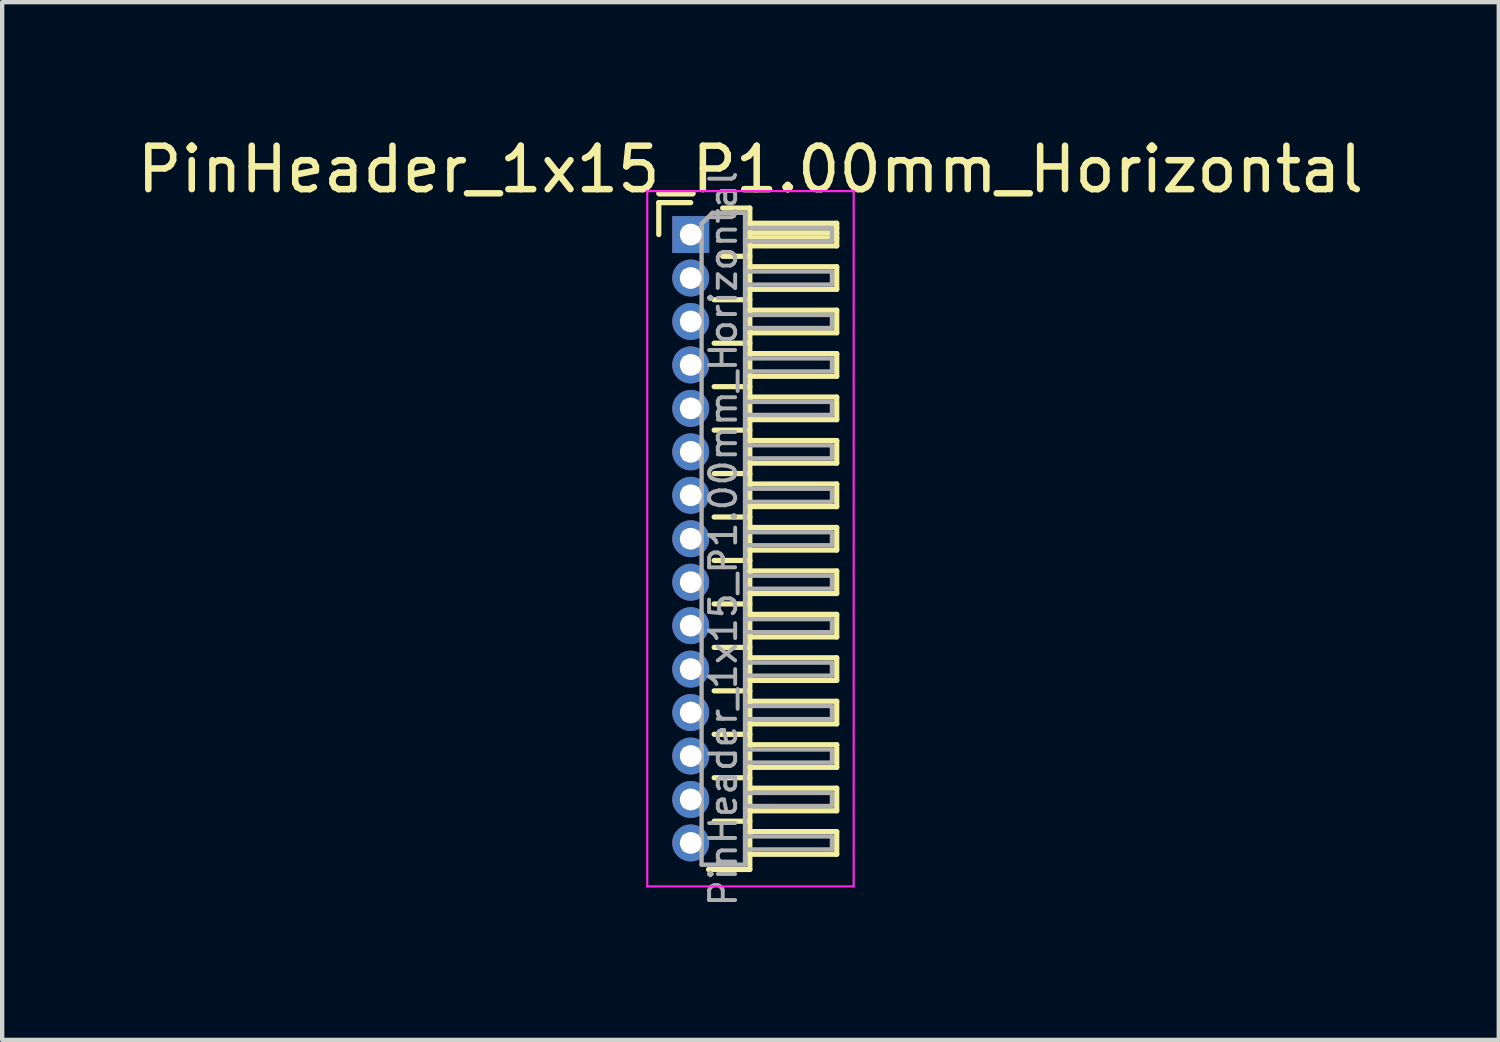
<source format=kicad_pcb>
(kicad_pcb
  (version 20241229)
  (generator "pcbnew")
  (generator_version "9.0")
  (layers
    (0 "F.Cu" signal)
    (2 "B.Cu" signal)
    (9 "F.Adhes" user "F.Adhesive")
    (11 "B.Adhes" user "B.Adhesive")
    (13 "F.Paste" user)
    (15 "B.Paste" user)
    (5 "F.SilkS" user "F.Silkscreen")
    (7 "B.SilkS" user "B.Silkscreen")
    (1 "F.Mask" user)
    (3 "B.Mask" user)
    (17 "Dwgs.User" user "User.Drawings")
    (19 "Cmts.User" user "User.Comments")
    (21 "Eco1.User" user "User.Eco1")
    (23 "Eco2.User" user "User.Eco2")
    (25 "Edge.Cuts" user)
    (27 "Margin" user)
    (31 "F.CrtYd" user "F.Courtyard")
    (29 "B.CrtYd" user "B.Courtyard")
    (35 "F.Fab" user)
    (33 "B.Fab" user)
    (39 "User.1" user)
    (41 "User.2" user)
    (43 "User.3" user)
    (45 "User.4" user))
  (footprint "PinHeader_1x15_P1.00mm_Horizontal"
    (layer "F.Cu")
    (at 12.845 2.348)
    (property "Reference" "PinHeader_1x15_P1.00mm_Horizontal" (at 1.375 -1.5 0) (layer "F.SilkS") (effects (font (size 1 1) (thickness 0.15))))
    (attr through_hole)
    (fp_line (start -0.735 -0.735) (end 0 -0.735) (stroke (width 0.12) (type solid)) (layer "F.SilkS"))
    (fp_line (start -0.735 0) (end -0.735 -0.735) (stroke (width 0.12) (type solid)) (layer "F.SilkS"))
    (fp_line (start 0.539 1.5) (end 1.36 1.5) (stroke (width 0.12) (type solid)) (layer "F.SilkS"))
    (fp_line (start 0.539 2.5) (end 1.36 2.5) (stroke (width 0.12) (type solid)) (layer "F.SilkS"))
    (fp_line (start 0.539 3.5) (end 1.36 3.5) (stroke (width 0.12) (type solid)) (layer "F.SilkS"))
    (fp_line (start 0.539 4.5) (end 1.36 4.5) (stroke (width 0.12) (type solid)) (layer "F.SilkS"))
    (fp_line (start 0.539 5.5) (end 1.36 5.5) (stroke (width 0.12) (type solid)) (layer "F.SilkS"))
    (fp_line (start 0.539 6.5) (end 1.36 6.5) (stroke (width 0.12) (type solid)) (layer "F.SilkS"))
    (fp_line (start 0.539 7.5) (end 1.36 7.5) (stroke (width 0.12) (type solid)) (layer "F.SilkS"))
    (fp_line (start 0.539 8.5) (end 1.36 8.5) (stroke (width 0.12) (type solid)) (layer "F.SilkS"))
    (fp_line (start 0.539 9.5) (end 1.36 9.5) (stroke (width 0.12) (type solid)) (layer "F.SilkS"))
    (fp_line (start 0.539 10.5) (end 1.36 10.5) (stroke (width 0.12) (type solid)) (layer "F.SilkS"))
    (fp_line (start 0.539 11.5) (end 1.36 11.5) (stroke (width 0.12) (type solid)) (layer "F.SilkS"))
    (fp_line (start 0.539 12.5) (end 1.36 12.5) (stroke (width 0.12) (type solid)) (layer "F.SilkS"))
    (fp_line (start 0.539 13.5) (end 1.36 13.5) (stroke (width 0.12) (type solid)) (layer "F.SilkS"))
    (fp_line (start 0.735 -0.61) (end 1.36 -0.61) (stroke (width 0.12) (type solid)) (layer "F.SilkS"))
    (fp_line (start 0.735 0.5) (end 1.36 0.5) (stroke (width 0.12) (type solid)) (layer "F.SilkS"))
    (fp_line (start 1.36 -0.61) (end 1.36 14.61) (stroke (width 0.12) (type solid)) (layer "F.SilkS"))
    (fp_line (start 1.36 -0.26) (end 3.36 -0.26) (stroke (width 0.12) (type solid)) (layer "F.SilkS"))
    (fp_line (start 1.36 -0.15) (end 3.36 -0.15) (stroke (width 0.12) (type solid)) (layer "F.SilkS"))
    (fp_line (start 1.36 -0.03) (end 3.36 -0.03) (stroke (width 0.12) (type solid)) (layer "F.SilkS"))
    (fp_line (start 1.36 0.09) (end 3.36 0.09) (stroke (width 0.12) (type solid)) (layer "F.SilkS"))
    (fp_line (start 1.36 0.74) (end 3.36 0.74) (stroke (width 0.12) (type solid)) (layer "F.SilkS"))
    (fp_line (start 1.36 1.74) (end 3.36 1.74) (stroke (width 0.12) (type solid)) (layer "F.SilkS"))
    (fp_line (start 1.36 2.74) (end 3.36 2.74) (stroke (width 0.12) (type solid)) (layer "F.SilkS"))
    (fp_line (start 1.36 3.74) (end 3.36 3.74) (stroke (width 0.12) (type solid)) (layer "F.SilkS"))
    (fp_line (start 1.36 4.74) (end 3.36 4.74) (stroke (width 0.12) (type solid)) (layer "F.SilkS"))
    (fp_line (start 1.36 5.74) (end 3.36 5.74) (stroke (width 0.12) (type solid)) (layer "F.SilkS"))
    (fp_line (start 1.36 6.74) (end 3.36 6.74) (stroke (width 0.12) (type solid)) (layer "F.SilkS"))
    (fp_line (start 1.36 7.74) (end 3.36 7.74) (stroke (width 0.12) (type solid)) (layer "F.SilkS"))
    (fp_line (start 1.36 8.74) (end 3.36 8.74) (stroke (width 0.12) (type solid)) (layer "F.SilkS"))
    (fp_line (start 1.36 9.74) (end 3.36 9.74) (stroke (width 0.12) (type solid)) (layer "F.SilkS"))
    (fp_line (start 1.36 10.74) (end 3.36 10.74) (stroke (width 0.12) (type solid)) (layer "F.SilkS"))
    (fp_line (start 1.36 11.74) (end 3.36 11.74) (stroke (width 0.12) (type solid)) (layer "F.SilkS"))
    (fp_line (start 1.36 12.74) (end 3.36 12.74) (stroke (width 0.12) (type solid)) (layer "F.SilkS"))
    (fp_line (start 1.36 13.74) (end 3.36 13.74) (stroke (width 0.12) (type solid)) (layer "F.SilkS"))
    (fp_line (start 1.36 14.61) (end 0.41 14.61) (stroke (width 0.12) (type solid)) (layer "F.SilkS"))
    (fp_line (start 3.36 -0.26) (end 3.36 0.26) (stroke (width 0.12) (type solid)) (layer "F.SilkS"))
    (fp_line (start 3.36 0.26) (end 1.36 0.26) (stroke (width 0.12) (type solid)) (layer "F.SilkS"))
    (fp_line (start 3.36 0.74) (end 3.36 1.26) (stroke (width 0.12) (type solid)) (layer "F.SilkS"))
    (fp_line (start 3.36 1.26) (end 1.36 1.26) (stroke (width 0.12) (type solid)) (layer "F.SilkS"))
    (fp_line (start 3.36 1.74) (end 3.36 2.26) (stroke (width 0.12) (type solid)) (layer "F.SilkS"))
    (fp_line (start 3.36 2.26) (end 1.36 2.26) (stroke (width 0.12) (type solid)) (layer "F.SilkS"))
    (fp_line (start 3.36 2.74) (end 3.36 3.26) (stroke (width 0.12) (type solid)) (layer "F.SilkS"))
    (fp_line (start 3.36 3.26) (end 1.36 3.26) (stroke (width 0.12) (type solid)) (layer "F.SilkS"))
    (fp_line (start 3.36 3.74) (end 3.36 4.26) (stroke (width 0.12) (type solid)) (layer "F.SilkS"))
    (fp_line (start 3.36 4.26) (end 1.36 4.26) (stroke (width 0.12) (type solid)) (layer "F.SilkS"))
    (fp_line (start 3.36 4.74) (end 3.36 5.26) (stroke (width 0.12) (type solid)) (layer "F.SilkS"))
    (fp_line (start 3.36 5.26) (end 1.36 5.26) (stroke (width 0.12) (type solid)) (layer "F.SilkS"))
    (fp_line (start 3.36 5.74) (end 3.36 6.26) (stroke (width 0.12) (type solid)) (layer "F.SilkS"))
    (fp_line (start 3.36 6.26) (end 1.36 6.26) (stroke (width 0.12) (type solid)) (layer "F.SilkS"))
    (fp_line (start 3.36 6.74) (end 3.36 7.26) (stroke (width 0.12) (type solid)) (layer "F.SilkS"))
    (fp_line (start 3.36 7.26) (end 1.36 7.26) (stroke (width 0.12) (type solid)) (layer "F.SilkS"))
    (fp_line (start 3.36 7.74) (end 3.36 8.26) (stroke (width 0.12) (type solid)) (layer "F.SilkS"))
    (fp_line (start 3.36 8.26) (end 1.36 8.26) (stroke (width 0.12) (type solid)) (layer "F.SilkS"))
    (fp_line (start 3.36 8.74) (end 3.36 9.26) (stroke (width 0.12) (type solid)) (layer "F.SilkS"))
    (fp_line (start 3.36 9.26) (end 1.36 9.26) (stroke (width 0.12) (type solid)) (layer "F.SilkS"))
    (fp_line (start 3.36 9.74) (end 3.36 10.26) (stroke (width 0.12) (type solid)) (layer "F.SilkS"))
    (fp_line (start 3.36 10.26) (end 1.36 10.26) (stroke (width 0.12) (type solid)) (layer "F.SilkS"))
    (fp_line (start 3.36 10.74) (end 3.36 11.26) (stroke (width 0.12) (type solid)) (layer "F.SilkS"))
    (fp_line (start 3.36 11.26) (end 1.36 11.26) (stroke (width 0.12) (type solid)) (layer "F.SilkS"))
    (fp_line (start 3.36 11.74) (end 3.36 12.26) (stroke (width 0.12) (type solid)) (layer "F.SilkS"))
    (fp_line (start 3.36 12.26) (end 1.36 12.26) (stroke (width 0.12) (type solid)) (layer "F.SilkS"))
    (fp_line (start 3.36 12.74) (end 3.36 13.26) (stroke (width 0.12) (type solid)) (layer "F.SilkS"))
    (fp_line (start 3.36 13.26) (end 1.36 13.26) (stroke (width 0.12) (type solid)) (layer "F.SilkS"))
    (fp_line (start 3.36 13.74) (end 3.36 14.26) (stroke (width 0.12) (type solid)) (layer "F.SilkS"))
    (fp_line (start 3.36 14.26) (end 1.36 14.26) (stroke (width 0.12) (type solid)) (layer "F.SilkS"))
    (fp_line (start -1 -1) (end -1 15) (stroke (width 0.05) (type solid)) (layer "F.CrtYd"))
    (fp_line (start -1 15) (end 3.75 15) (stroke (width 0.05) (type solid)) (layer "F.CrtYd"))
    (fp_line (start 3.75 -1) (end -1 -1) (stroke (width 0.05) (type solid)) (layer "F.CrtYd"))
    (fp_line (start 3.75 15) (end 3.75 -1) (stroke (width 0.05) (type solid)) (layer "F.CrtYd"))
    (fp_line (start -0.15 -0.15) (end -0.15 0.15) (stroke (width 0.1) (type solid)) (layer "F.Fab"))
    (fp_line (start -0.15 -0.15) (end 0.25 -0.15) (stroke (width 0.1) (type solid)) (layer "F.Fab"))
    (fp_line (start -0.15 0.15) (end 0.25 0.15) (stroke (width 0.1) (type solid)) (layer "F.Fab"))
    (fp_line (start -0.15 0.85) (end -0.15 1.15) (stroke (width 0.1) (type solid)) (layer "F.Fab"))
    (fp_line (start -0.15 0.85) (end 0.25 0.85) (stroke (width 0.1) (type solid)) (layer "F.Fab"))
    (fp_line (start -0.15 1.15) (end 0.25 1.15) (stroke (width 0.1) (type solid)) (layer "F.Fab"))
    (fp_line (start -0.15 1.85) (end -0.15 2.15) (stroke (width 0.1) (type solid)) (layer "F.Fab"))
    (fp_line (start -0.15 1.85) (end 0.25 1.85) (stroke (width 0.1) (type solid)) (layer "F.Fab"))
    (fp_line (start -0.15 2.15) (end 0.25 2.15) (stroke (width 0.1) (type solid)) (layer "F.Fab"))
    (fp_line (start -0.15 2.85) (end -0.15 3.15) (stroke (width 0.1) (type solid)) (layer "F.Fab"))
    (fp_line (start -0.15 2.85) (end 0.25 2.85) (stroke (width 0.1) (type solid)) (layer "F.Fab"))
    (fp_line (start -0.15 3.15) (end 0.25 3.15) (stroke (width 0.1) (type solid)) (layer "F.Fab"))
    (fp_line (start -0.15 3.85) (end -0.15 4.15) (stroke (width 0.1) (type solid)) (layer "F.Fab"))
    (fp_line (start -0.15 3.85) (end 0.25 3.85) (stroke (width 0.1) (type solid)) (layer "F.Fab"))
    (fp_line (start -0.15 4.15) (end 0.25 4.15) (stroke (width 0.1) (type solid)) (layer "F.Fab"))
    (fp_line (start -0.15 4.85) (end -0.15 5.15) (stroke (width 0.1) (type solid)) (layer "F.Fab"))
    (fp_line (start -0.15 4.85) (end 0.25 4.85) (stroke (width 0.1) (type solid)) (layer "F.Fab"))
    (fp_line (start -0.15 5.15) (end 0.25 5.15) (stroke (width 0.1) (type solid)) (layer "F.Fab"))
    (fp_line (start -0.15 5.85) (end -0.15 6.15) (stroke (width 0.1) (type solid)) (layer "F.Fab"))
    (fp_line (start -0.15 5.85) (end 0.25 5.85) (stroke (width 0.1) (type solid)) (layer "F.Fab"))
    (fp_line (start -0.15 6.15) (end 0.25 6.15) (stroke (width 0.1) (type solid)) (layer "F.Fab"))
    (fp_line (start -0.15 6.85) (end -0.15 7.15) (stroke (width 0.1) (type solid)) (layer "F.Fab"))
    (fp_line (start -0.15 6.85) (end 0.25 6.85) (stroke (width 0.1) (type solid)) (layer "F.Fab"))
    (fp_line (start -0.15 7.15) (end 0.25 7.15) (stroke (width 0.1) (type solid)) (layer "F.Fab"))
    (fp_line (start -0.15 7.85) (end -0.15 8.15) (stroke (width 0.1) (type solid)) (layer "F.Fab"))
    (fp_line (start -0.15 7.85) (end 0.25 7.85) (stroke (width 0.1) (type solid)) (layer "F.Fab"))
    (fp_line (start -0.15 8.15) (end 0.25 8.15) (stroke (width 0.1) (type solid)) (layer "F.Fab"))
    (fp_line (start -0.15 8.85) (end -0.15 9.15) (stroke (width 0.1) (type solid)) (layer "F.Fab"))
    (fp_line (start -0.15 8.85) (end 0.25 8.85) (stroke (width 0.1) (type solid)) (layer "F.Fab"))
    (fp_line (start -0.15 9.15) (end 0.25 9.15) (stroke (width 0.1) (type solid)) (layer "F.Fab"))
    (fp_line (start -0.15 9.85) (end -0.15 10.15) (stroke (width 0.1) (type solid)) (layer "F.Fab"))
    (fp_line (start -0.15 9.85) (end 0.25 9.85) (stroke (width 0.1) (type solid)) (layer "F.Fab"))
    (fp_line (start -0.15 10.15) (end 0.25 10.15) (stroke (width 0.1) (type solid)) (layer "F.Fab"))
    (fp_line (start -0.15 10.85) (end -0.15 11.15) (stroke (width 0.1) (type solid)) (layer "F.Fab"))
    (fp_line (start -0.15 10.85) (end 0.25 10.85) (stroke (width 0.1) (type solid)) (layer "F.Fab"))
    (fp_line (start -0.15 11.15) (end 0.25 11.15) (stroke (width 0.1) (type solid)) (layer "F.Fab"))
    (fp_line (start -0.15 11.85) (end -0.15 12.15) (stroke (width 0.1) (type solid)) (layer "F.Fab"))
    (fp_line (start -0.15 11.85) (end 0.25 11.85) (stroke (width 0.1) (type solid)) (layer "F.Fab"))
    (fp_line (start -0.15 12.15) (end 0.25 12.15) (stroke (width 0.1) (type solid)) (layer "F.Fab"))
    (fp_line (start -0.15 12.85) (end -0.15 13.15) (stroke (width 0.1) (type solid)) (layer "F.Fab"))
    (fp_line (start -0.15 12.85) (end 0.25 12.85) (stroke (width 0.1) (type solid)) (layer "F.Fab"))
    (fp_line (start -0.15 13.15) (end 0.25 13.15) (stroke (width 0.1) (type solid)) (layer "F.Fab"))
    (fp_line (start -0.15 13.85) (end -0.15 14.15) (stroke (width 0.1) (type solid)) (layer "F.Fab"))
    (fp_line (start -0.15 13.85) (end 0.25 13.85) (stroke (width 0.1) (type solid)) (layer "F.Fab"))
    (fp_line (start -0.15 14.15) (end 0.25 14.15) (stroke (width 0.1) (type solid)) (layer "F.Fab"))
    (fp_line (start 0.25 -0.25) (end 0.5 -0.5) (stroke (width 0.1) (type solid)) (layer "F.Fab"))
    (fp_line (start 0.25 14.5) (end 0.25 -0.25) (stroke (width 0.1) (type solid)) (layer "F.Fab"))
    (fp_line (start 0.5 -0.5) (end 1.25 -0.5) (stroke (width 0.1) (type solid)) (layer "F.Fab"))
    (fp_line (start 1.25 -0.5) (end 1.25 14.5) (stroke (width 0.1) (type solid)) (layer "F.Fab"))
    (fp_line (start 1.25 -0.15) (end 3.25 -0.15) (stroke (width 0.1) (type solid)) (layer "F.Fab"))
    (fp_line (start 1.25 0.15) (end 3.25 0.15) (stroke (width 0.1) (type solid)) (layer "F.Fab"))
    (fp_line (start 1.25 0.85) (end 3.25 0.85) (stroke (width 0.1) (type solid)) (layer "F.Fab"))
    (fp_line (start 1.25 1.15) (end 3.25 1.15) (stroke (width 0.1) (type solid)) (layer "F.Fab"))
    (fp_line (start 1.25 1.85) (end 3.25 1.85) (stroke (width 0.1) (type solid)) (layer "F.Fab"))
    (fp_line (start 1.25 2.15) (end 3.25 2.15) (stroke (width 0.1) (type solid)) (layer "F.Fab"))
    (fp_line (start 1.25 2.85) (end 3.25 2.85) (stroke (width 0.1) (type solid)) (layer "F.Fab"))
    (fp_line (start 1.25 3.15) (end 3.25 3.15) (stroke (width 0.1) (type solid)) (layer "F.Fab"))
    (fp_line (start 1.25 3.85) (end 3.25 3.85) (stroke (width 0.1) (type solid)) (layer "F.Fab"))
    (fp_line (start 1.25 4.15) (end 3.25 4.15) (stroke (width 0.1) (type solid)) (layer "F.Fab"))
    (fp_line (start 1.25 4.85) (end 3.25 4.85) (stroke (width 0.1) (type solid)) (layer "F.Fab"))
    (fp_line (start 1.25 5.15) (end 3.25 5.15) (stroke (width 0.1) (type solid)) (layer "F.Fab"))
    (fp_line (start 1.25 5.85) (end 3.25 5.85) (stroke (width 0.1) (type solid)) (layer "F.Fab"))
    (fp_line (start 1.25 6.15) (end 3.25 6.15) (stroke (width 0.1) (type solid)) (layer "F.Fab"))
    (fp_line (start 1.25 6.85) (end 3.25 6.85) (stroke (width 0.1) (type solid)) (layer "F.Fab"))
    (fp_line (start 1.25 7.15) (end 3.25 7.15) (stroke (width 0.1) (type solid)) (layer "F.Fab"))
    (fp_line (start 1.25 7.85) (end 3.25 7.85) (stroke (width 0.1) (type solid)) (layer "F.Fab"))
    (fp_line (start 1.25 8.15) (end 3.25 8.15) (stroke (width 0.1) (type solid)) (layer "F.Fab"))
    (fp_line (start 1.25 8.85) (end 3.25 8.85) (stroke (width 0.1) (type solid)) (layer "F.Fab"))
    (fp_line (start 1.25 9.15) (end 3.25 9.15) (stroke (width 0.1) (type solid)) (layer "F.Fab"))
    (fp_line (start 1.25 9.85) (end 3.25 9.85) (stroke (width 0.1) (type solid)) (layer "F.Fab"))
    (fp_line (start 1.25 10.15) (end 3.25 10.15) (stroke (width 0.1) (type solid)) (layer "F.Fab"))
    (fp_line (start 1.25 10.85) (end 3.25 10.85) (stroke (width 0.1) (type solid)) (layer "F.Fab"))
    (fp_line (start 1.25 11.15) (end 3.25 11.15) (stroke (width 0.1) (type solid)) (layer "F.Fab"))
    (fp_line (start 1.25 11.85) (end 3.25 11.85) (stroke (width 0.1) (type solid)) (layer "F.Fab"))
    (fp_line (start 1.25 12.15) (end 3.25 12.15) (stroke (width 0.1) (type solid)) (layer "F.Fab"))
    (fp_line (start 1.25 12.85) (end 3.25 12.85) (stroke (width 0.1) (type solid)) (layer "F.Fab"))
    (fp_line (start 1.25 13.15) (end 3.25 13.15) (stroke (width 0.1) (type solid)) (layer "F.Fab"))
    (fp_line (start 1.25 13.85) (end 3.25 13.85) (stroke (width 0.1) (type solid)) (layer "F.Fab"))
    (fp_line (start 1.25 14.15) (end 3.25 14.15) (stroke (width 0.1) (type solid)) (layer "F.Fab"))
    (fp_line (start 1.25 14.5) (end 0.25 14.5) (stroke (width 0.1) (type solid)) (layer "F.Fab"))
    (fp_line (start 3.25 -0.15) (end 3.25 0.15) (stroke (width 0.1) (type solid)) (layer "F.Fab"))
    (fp_line (start 3.25 0.85) (end 3.25 1.15) (stroke (width 0.1) (type solid)) (layer "F.Fab"))
    (fp_line (start 3.25 1.85) (end 3.25 2.15) (stroke (width 0.1) (type solid)) (layer "F.Fab"))
    (fp_line (start 3.25 2.85) (end 3.25 3.15) (stroke (width 0.1) (type solid)) (layer "F.Fab"))
    (fp_line (start 3.25 3.85) (end 3.25 4.15) (stroke (width 0.1) (type solid)) (layer "F.Fab"))
    (fp_line (start 3.25 4.85) (end 3.25 5.15) (stroke (width 0.1) (type solid)) (layer "F.Fab"))
    (fp_line (start 3.25 5.85) (end 3.25 6.15) (stroke (width 0.1) (type solid)) (layer "F.Fab"))
    (fp_line (start 3.25 6.85) (end 3.25 7.15) (stroke (width 0.1) (type solid)) (layer "F.Fab"))
    (fp_line (start 3.25 7.85) (end 3.25 8.15) (stroke (width 0.1) (type solid)) (layer "F.Fab"))
    (fp_line (start 3.25 8.85) (end 3.25 9.15) (stroke (width 0.1) (type solid)) (layer "F.Fab"))
    (fp_line (start 3.25 9.85) (end 3.25 10.15) (stroke (width 0.1) (type solid)) (layer "F.Fab"))
    (fp_line (start 3.25 10.85) (end 3.25 11.15) (stroke (width 0.1) (type solid)) (layer "F.Fab"))
    (fp_line (start 3.25 11.85) (end 3.25 12.15) (stroke (width 0.1) (type solid)) (layer "F.Fab"))
    (fp_line (start 3.25 12.85) (end 3.25 13.15) (stroke (width 0.1) (type solid)) (layer "F.Fab"))
    (fp_line (start 3.25 13.85) (end 3.25 14.15) (stroke (width 0.1) (type solid)) (layer "F.Fab"))
    (fp_text user "${REFERENCE}" (at 0.75 7 90) (layer "F.Fab") (effects (font (size 0.6 0.6) (thickness 0.09))))
    (pad "1" thru_hole rect (at 0 0) (size 0.85 0.85) (drill 0.5) (layers "*.Cu" "*.Mask"))
    (pad "2" thru_hole circle (at 0 1) (size 0.85 0.85) (drill 0.5) (layers "*.Cu" "*.Mask"))
    (pad "3" thru_hole circle (at 0 2) (size 0.85 0.85) (drill 0.5) (layers "*.Cu" "*.Mask"))
    (pad "4" thru_hole circle (at 0 3) (size 0.85 0.85) (drill 0.5) (layers "*.Cu" "*.Mask"))
    (pad "5" thru_hole circle (at 0 4) (size 0.85 0.85) (drill 0.5) (layers "*.Cu" "*.Mask"))
    (pad "6" thru_hole circle (at 0 5) (size 0.85 0.85) (drill 0.5) (layers "*.Cu" "*.Mask"))
    (pad "7" thru_hole circle (at 0 6) (size 0.85 0.85) (drill 0.5) (layers "*.Cu" "*.Mask"))
    (pad "8" thru_hole circle (at 0 7) (size 0.85 0.85) (drill 0.5) (layers "*.Cu" "*.Mask"))
    (pad "9" thru_hole circle (at 0 8) (size 0.85 0.85) (drill 0.5) (layers "*.Cu" "*.Mask"))
    (pad "10" thru_hole circle (at 0 9) (size 0.85 0.85) (drill 0.5) (layers "*.Cu" "*.Mask"))
    (pad "11" thru_hole circle (at 0 10) (size 0.85 0.85) (drill 0.5) (layers "*.Cu" "*.Mask"))
    (pad "12" thru_hole circle (at 0 11) (size 0.85 0.85) (drill 0.5) (layers "*.Cu" "*.Mask"))
    (pad "13" thru_hole circle (at 0 12) (size 0.85 0.85) (drill 0.5) (layers "*.Cu" "*.Mask"))
    (pad "14" thru_hole circle (at 0 13) (size 0.85 0.85) (drill 0.5) (layers "*.Cu" "*.Mask"))
    (pad "15" thru_hole circle (at 0 14) (size 0.85 0.85) (drill 0.5) (layers "*.Cu" "*.Mask")))
  (gr_rect
    (start -3 -3)
    (end 31.44 20.88)
    (stroke (width 0.1) (type default))
    (fill no)
    (layer "Edge.Cuts")))
</source>
